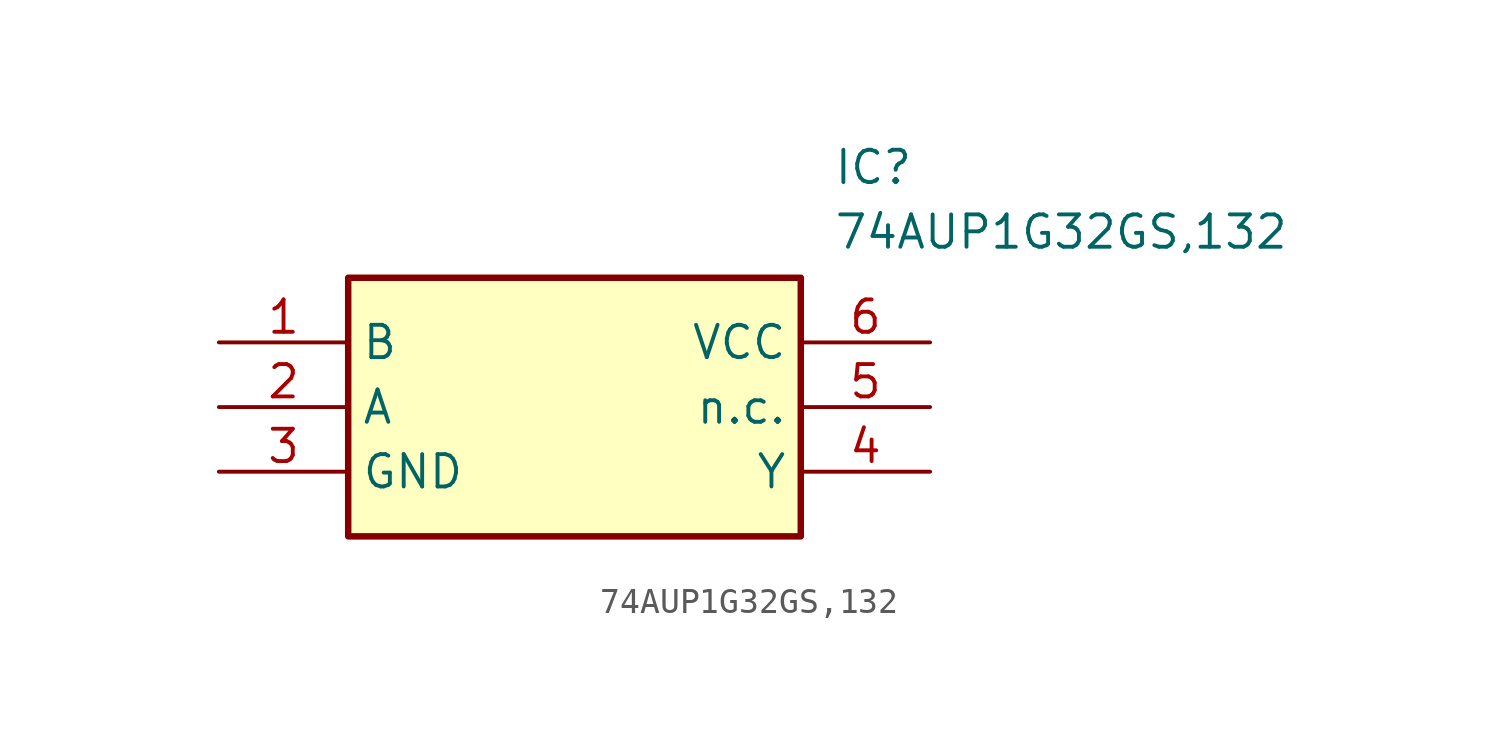
<source format=kicad_sym>
(kicad_symbol_lib
  (version 20211014)
  (generator SamacSys_ECAD_Model)
  (symbol "74AUP1G32GS,132"
    (property "Reference" "IC"
      (at 24.13 7.62 0)
      (effects (font (size 1.27 1.27)) (justify left top)))
    (property "Value" "74AUP1G32GS,132"
      (at 24.13 5.08 0)
      (effects (font (size 1.27 1.27)) (justify left top)))
    (rectangle
      (start 5.08 2.54)
      (end 22.86 -7.62)
      (stroke (width 0.254) (type default))
      (fill (type background)))
    (pin passive line
      (at 0 0 0)
      (length 5.08)
      (name "B" (effects (font (size 1.27 1.27))))
      (number "1" (effects (font (size 1.27 1.27)))))
    (pin passive line
      (at 0 -2.54 0)
      (length 5.08)
      (name "A" (effects (font (size 1.27 1.27))))
      (number "2" (effects (font (size 1.27 1.27)))))
    (pin passive line
      (at 0 -5.08 0)
      (length 5.08)
      (name "GND" (effects (font (size 1.27 1.27))))
      (number "3" (effects (font (size 1.27 1.27)))))
    (pin passive line
      (at 27.94 -5.08 180)
      (length 5.08)
      (name "Y" (effects (font (size 1.27 1.27))))
      (number "4" (effects (font (size 1.27 1.27)))))
    (pin passive line
      (at 27.94 -2.54 180)
      (length 5.08)
      (name "n.c." (effects (font (size 1.27 1.27))))
      (number "5" (effects (font (size 1.27 1.27)))))
    (pin passive line
      (at 27.94 0 180)
      (length 5.08)
      (name "VCC" (effects (font (size 1.27 1.27))))
      (number "6" (effects (font (size 1.27 1.27)))))))
</source>
